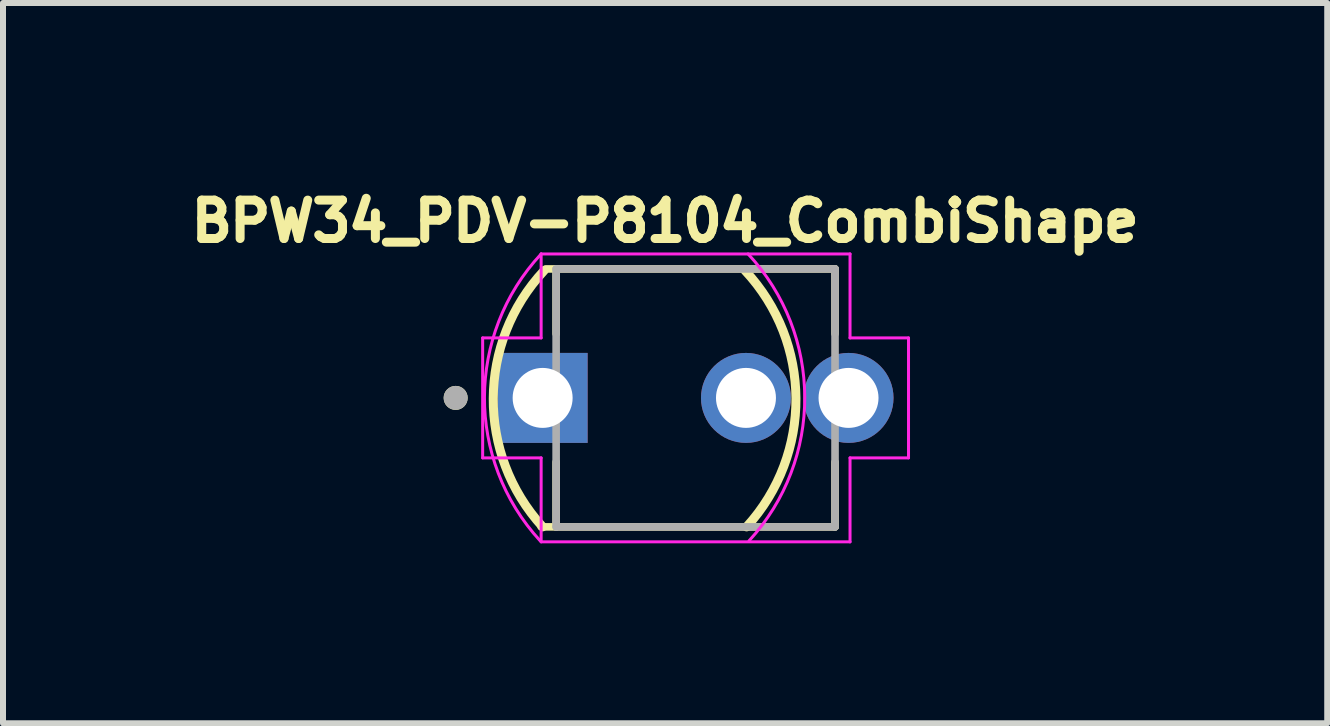
<source format=kicad_pcb>
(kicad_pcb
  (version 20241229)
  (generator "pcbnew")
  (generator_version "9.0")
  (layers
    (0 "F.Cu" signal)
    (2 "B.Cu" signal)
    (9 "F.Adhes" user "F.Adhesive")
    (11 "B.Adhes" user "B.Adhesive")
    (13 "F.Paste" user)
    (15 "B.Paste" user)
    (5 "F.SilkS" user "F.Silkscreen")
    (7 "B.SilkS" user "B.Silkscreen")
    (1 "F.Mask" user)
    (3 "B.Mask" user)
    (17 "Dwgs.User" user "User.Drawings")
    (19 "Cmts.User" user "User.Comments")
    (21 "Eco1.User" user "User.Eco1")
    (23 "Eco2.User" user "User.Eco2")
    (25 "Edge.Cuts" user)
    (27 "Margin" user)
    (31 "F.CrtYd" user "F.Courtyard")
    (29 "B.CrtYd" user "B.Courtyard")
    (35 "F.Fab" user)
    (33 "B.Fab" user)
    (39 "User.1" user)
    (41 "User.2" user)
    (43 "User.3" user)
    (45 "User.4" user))
  (footprint "BPW34_PDV-P8104_CombiShape"
    (layer "F.Cu")
    (at 8.547 3.584)
    (property "Reference" "BPW34_PDV-P8104_CombiShape" (at -0.508 -2.946 0) (layer "F.SilkS") (effects (font (size 0.64 0.64) (thickness 0.15))))
    (attr through_hole)
    (fp_line (start -2.575 2.15) (end 2.325 2.15) (stroke (width 0.127) (type solid)) (layer "F.SilkS"))
    (fp_line (start -2.325 -2.15) (end -2.325 -1.07) (stroke (width 0.127) (type solid)) (layer "F.SilkS"))
    (fp_line (start -2.325 1.07) (end -2.325 2.15) (stroke (width 0.127) (type solid)) (layer "F.SilkS"))
    (fp_line (start 2.325 -2.15) (end -2.5 -2.15) (stroke (width 0.127) (type solid)) (layer "F.SilkS"))
    (fp_line (start 2.325 -1.07) (end 2.325 -2.15) (stroke (width 0.127) (type solid)) (layer "F.SilkS"))
    (fp_line (start 2.325 2.15) (end 2.325 1.07) (stroke (width 0.127) (type solid)) (layer "F.SilkS"))
    (fp_arc (start -2.55 2.15) (mid -3.373301 0.00866) (end -2.524943 -2.122876) (stroke (width 0.15) (type solid)) (layer "F.SilkS"))
    (fp_arc (start 0.824943 -2.122876) (mid 1.673301 0.00866) (end 0.85 2.15) (stroke (width 0.15) (type solid)) (layer "F.SilkS"))
    (fp_circle (center -4 0) (end -3.9 0) (stroke (width 0.2) (type solid)) (fill no) (layer "F.SilkS"))
    (fp_line (start -3.55 -1) (end -3.55 1) (stroke (width 0.05) (type solid)) (layer "F.CrtYd"))
    (fp_line (start -3.55 1) (end -2.575 1) (stroke (width 0.05) (type solid)) (layer "F.CrtYd"))
    (fp_line (start -2.575 -2.4) (end -2.575 -1) (stroke (width 0.05) (type solid)) (layer "F.CrtYd"))
    (fp_line (start -2.575 -1) (end -3.55 -1) (stroke (width 0.05) (type solid)) (layer "F.CrtYd"))
    (fp_line (start -2.575 1) (end -2.575 2.4) (stroke (width 0.05) (type solid)) (layer "F.CrtYd"))
    (fp_line (start -2.575 2.4) (end 2.575 2.4) (stroke (width 0.05) (type solid)) (layer "F.CrtYd"))
    (fp_line (start 2.575 -2.4) (end -2.575 -2.4) (stroke (width 0.05) (type solid)) (layer "F.CrtYd"))
    (fp_line (start 2.575 -1) (end 2.575 -2.4) (stroke (width 0.05) (type solid)) (layer "F.CrtYd"))
    (fp_line (start 2.575 1) (end 3.55 1) (stroke (width 0.05) (type solid)) (layer "F.CrtYd"))
    (fp_line (start 2.575 2.4) (end 2.575 1) (stroke (width 0.05) (type solid)) (layer "F.CrtYd"))
    (fp_line (start 3.55 -1) (end 2.575 -1) (stroke (width 0.05) (type solid)) (layer "F.CrtYd"))
    (fp_line (start 3.55 1) (end 3.55 -1) (stroke (width 0.05) (type solid)) (layer "F.CrtYd"))
    (fp_arc (start -2.590477 2.383284) (mid -3.520012 -0.01139) (end -2.574999 -2.399999) (stroke (width 0.05) (type solid)) (layer "F.CrtYd"))
    (fp_arc (start 0.874999 -2.399999) (mid 1.820012 -0.01139) (end 0.890477 2.383284) (stroke (width 0.05) (type solid)) (layer "F.CrtYd"))
    (fp_line (start -2.325 -2.15) (end -2.325 2.15) (stroke (width 0.127) (type solid)) (layer "F.Fab"))
    (fp_line (start -2.325 2.15) (end 2.325 2.15) (stroke (width 0.127) (type solid)) (layer "F.Fab"))
    (fp_line (start 2.325 -2.15) (end -2.325 -2.15) (stroke (width 0.127) (type solid)) (layer "F.Fab"))
    (fp_line (start 2.325 2.15) (end 2.325 -2.15) (stroke (width 0.127) (type solid)) (layer "F.Fab"))
    (fp_circle (center -4 0) (end -3.9 0) (stroke (width 0.2) (type solid)) (fill no) (layer "F.Fab"))
    (pad "1" thru_hole rect (at -2.55 0) (size 1.5 1.5) (drill 1) (layers "*.Cu" "*.Mask"))
    (pad "2" thru_hole circle (at 0.84 0) (size 1.5 1.5) (drill 1) (layers "*.Cu" "*.Mask"))
    (pad "2" thru_hole circle (at 2.55 0) (size 1.5 1.5) (drill 1) (layers "*.Cu" "*.Mask")))
  (gr_rect
    (start -3 -3)
    (end 19.078 9.009)
    (stroke (width 0.1) (type default))
    (fill no)
    (layer "Edge.Cuts")))
</source>
